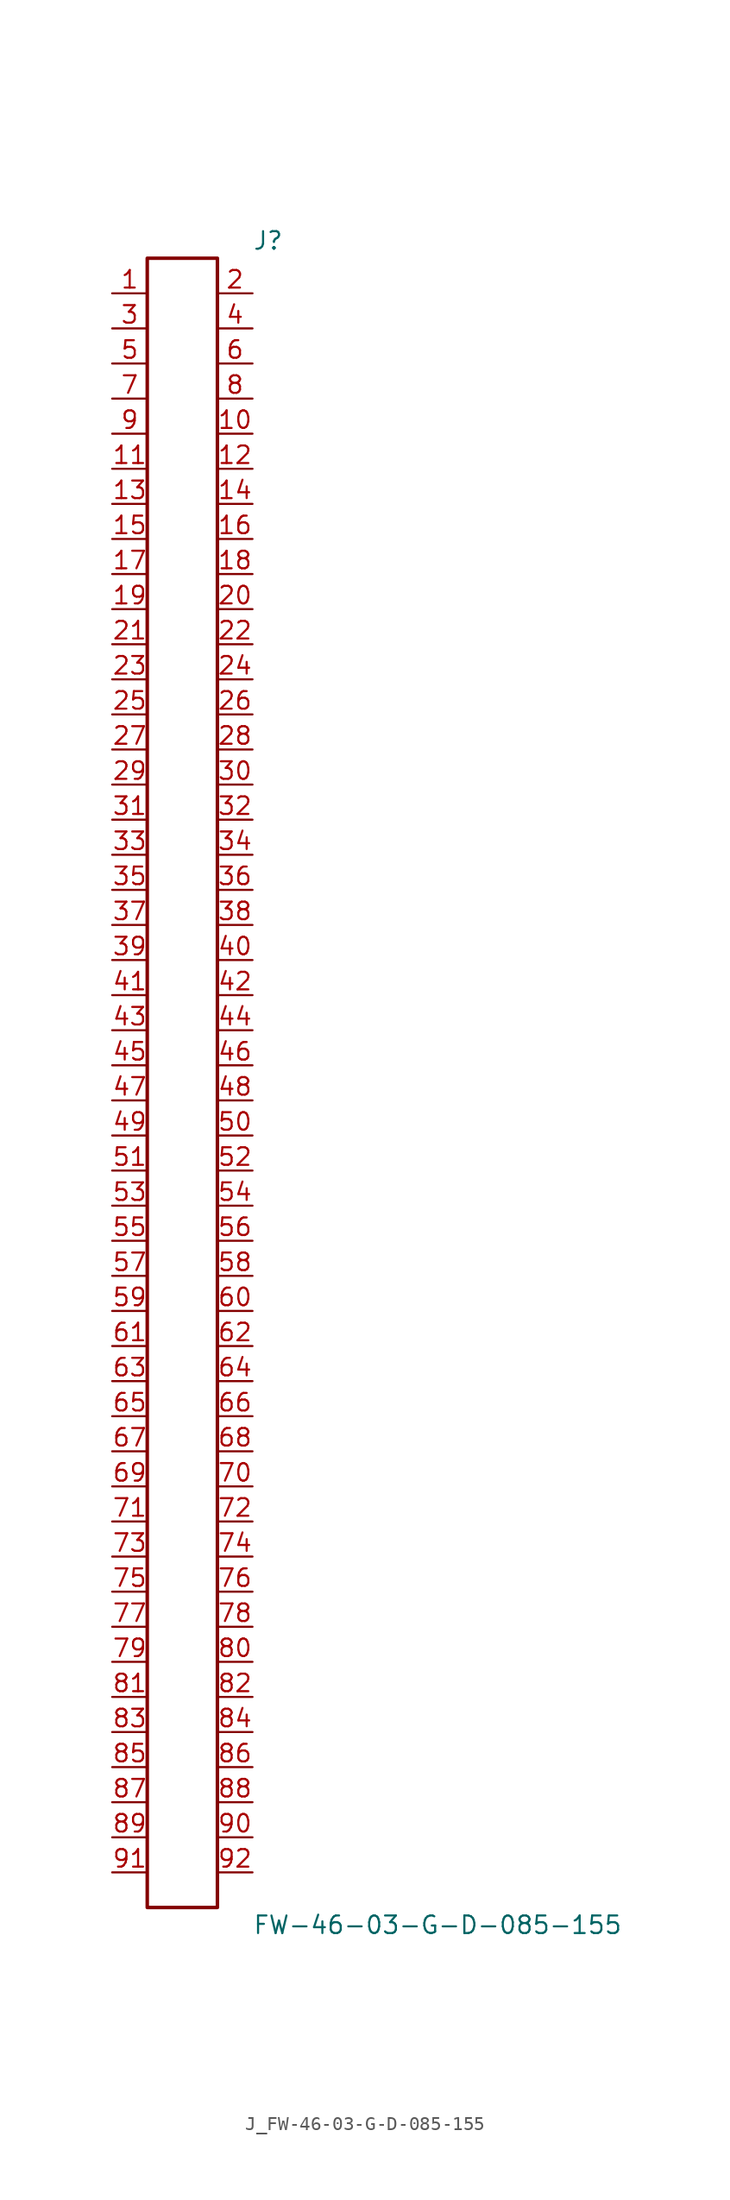
<source format=kicad_sym>
(kicad_symbol_lib
  (version 20231120)
  (generator kicad_symbol_editor)
  (generator_version 8.0)
  (symbol "J_FW-46-03-G-D-085-155"
    (pin_names
      (offset 0.254))
    (property "Reference" "J"
      (at 5.08 60.96 0)
      (effects (font (size 1.27 1.27)) (justify left)))
    (property "Value" "FW-46-03-G-D-085-155"
      (at 5.08 -60.96 0)
      (effects (font (size 1.27 1.27)) (justify left)))
    (symbol "J_FW-46-03-G-D-085-155_0_0"
      (pin unspecified line (at -5.08 57.15 0) (length 2.54) (name "" (effects (font (size 1.27 1.27)))) (number "1" (effects (font (size 1.27 1.27)))))
      (pin unspecified line (at 5.08 57.15 180) (length 2.54) (name "" (effects (font (size 1.27 1.27)))) (number "2" (effects (font (size 1.27 1.27)))))
      (pin unspecified line (at -5.08 54.61 0) (length 2.54) (name "" (effects (font (size 1.27 1.27)))) (number "3" (effects (font (size 1.27 1.27)))))
      (pin unspecified line (at 5.08 54.61 180) (length 2.54) (name "" (effects (font (size 1.27 1.27)))) (number "4" (effects (font (size 1.27 1.27)))))
      (pin unspecified line (at -5.08 52.07 0) (length 2.54) (name "" (effects (font (size 1.27 1.27)))) (number "5" (effects (font (size 1.27 1.27)))))
      (pin unspecified line (at 5.08 52.07 180) (length 2.54) (name "" (effects (font (size 1.27 1.27)))) (number "6" (effects (font (size 1.27 1.27)))))
      (pin unspecified line (at -5.08 49.53 0) (length 2.54) (name "" (effects (font (size 1.27 1.27)))) (number "7" (effects (font (size 1.27 1.27)))))
      (pin unspecified line (at 5.08 49.53 180) (length 2.54) (name "" (effects (font (size 1.27 1.27)))) (number "8" (effects (font (size 1.27 1.27)))))
      (pin unspecified line (at -5.08 46.99 0) (length 2.54) (name "" (effects (font (size 1.27 1.27)))) (number "9" (effects (font (size 1.27 1.27)))))
      (pin unspecified line (at 5.08 46.99 180) (length 2.54) (name "" (effects (font (size 1.27 1.27)))) (number "10" (effects (font (size 1.27 1.27)))))
      (pin unspecified line (at -5.08 44.45 0) (length 2.54) (name "" (effects (font (size 1.27 1.27)))) (number "11" (effects (font (size 1.27 1.27)))))
      (pin unspecified line (at 5.08 44.45 180) (length 2.54) (name "" (effects (font (size 1.27 1.27)))) (number "12" (effects (font (size 1.27 1.27)))))
      (pin unspecified line (at -5.08 41.91 0) (length 2.54) (name "" (effects (font (size 1.27 1.27)))) (number "13" (effects (font (size 1.27 1.27)))))
      (pin unspecified line (at 5.08 41.91 180) (length 2.54) (name "" (effects (font (size 1.27 1.27)))) (number "14" (effects (font (size 1.27 1.27)))))
      (pin unspecified line (at -5.08 39.37 0) (length 2.54) (name "" (effects (font (size 1.27 1.27)))) (number "15" (effects (font (size 1.27 1.27)))))
      (pin unspecified line (at 5.08 39.37 180) (length 2.54) (name "" (effects (font (size 1.27 1.27)))) (number "16" (effects (font (size 1.27 1.27)))))
      (pin unspecified line (at -5.08 36.83 0) (length 2.54) (name "" (effects (font (size 1.27 1.27)))) (number "17" (effects (font (size 1.27 1.27)))))
      (pin unspecified line (at 5.08 36.83 180) (length 2.54) (name "" (effects (font (size 1.27 1.27)))) (number "18" (effects (font (size 1.27 1.27)))))
      (pin unspecified line (at -5.08 34.29 0) (length 2.54) (name "" (effects (font (size 1.27 1.27)))) (number "19" (effects (font (size 1.27 1.27)))))
      (pin unspecified line (at 5.08 34.29 180) (length 2.54) (name "" (effects (font (size 1.27 1.27)))) (number "20" (effects (font (size 1.27 1.27)))))
      (pin unspecified line (at -5.08 31.75 0) (length 2.54) (name "" (effects (font (size 1.27 1.27)))) (number "21" (effects (font (size 1.27 1.27)))))
      (pin unspecified line (at 5.08 31.75 180) (length 2.54) (name "" (effects (font (size 1.27 1.27)))) (number "22" (effects (font (size 1.27 1.27)))))
      (pin unspecified line (at -5.08 29.21 0) (length 2.54) (name "" (effects (font (size 1.27 1.27)))) (number "23" (effects (font (size 1.27 1.27)))))
      (pin unspecified line (at 5.08 29.21 180) (length 2.54) (name "" (effects (font (size 1.27 1.27)))) (number "24" (effects (font (size 1.27 1.27)))))
      (pin unspecified line (at -5.08 26.67 0) (length 2.54) (name "" (effects (font (size 1.27 1.27)))) (number "25" (effects (font (size 1.27 1.27)))))
      (pin unspecified line (at 5.08 26.67 180) (length 2.54) (name "" (effects (font (size 1.27 1.27)))) (number "26" (effects (font (size 1.27 1.27)))))
      (pin unspecified line (at -5.08 24.13 0) (length 2.54) (name "" (effects (font (size 1.27 1.27)))) (number "27" (effects (font (size 1.27 1.27)))))
      (pin unspecified line (at 5.08 24.13 180) (length 2.54) (name "" (effects (font (size 1.27 1.27)))) (number "28" (effects (font (size 1.27 1.27)))))
      (pin unspecified line (at -5.08 21.59 0) (length 2.54) (name "" (effects (font (size 1.27 1.27)))) (number "29" (effects (font (size 1.27 1.27)))))
      (pin unspecified line (at 5.08 21.59 180) (length 2.54) (name "" (effects (font (size 1.27 1.27)))) (number "30" (effects (font (size 1.27 1.27)))))
      (pin unspecified line (at -5.08 19.05 0) (length 2.54) (name "" (effects (font (size 1.27 1.27)))) (number "31" (effects (font (size 1.27 1.27)))))
      (pin unspecified line (at 5.08 19.05 180) (length 2.54) (name "" (effects (font (size 1.27 1.27)))) (number "32" (effects (font (size 1.27 1.27)))))
      (pin unspecified line (at -5.08 16.51 0) (length 2.54) (name "" (effects (font (size 1.27 1.27)))) (number "33" (effects (font (size 1.27 1.27)))))
      (pin unspecified line (at 5.08 16.51 180) (length 2.54) (name "" (effects (font (size 1.27 1.27)))) (number "34" (effects (font (size 1.27 1.27)))))
      (pin unspecified line (at -5.08 13.97 0) (length 2.54) (name "" (effects (font (size 1.27 1.27)))) (number "35" (effects (font (size 1.27 1.27)))))
      (pin unspecified line (at 5.08 13.97 180) (length 2.54) (name "" (effects (font (size 1.27 1.27)))) (number "36" (effects (font (size 1.27 1.27)))))
      (pin unspecified line (at -5.08 11.43 0) (length 2.54) (name "" (effects (font (size 1.27 1.27)))) (number "37" (effects (font (size 1.27 1.27)))))
      (pin unspecified line (at 5.08 11.43 180) (length 2.54) (name "" (effects (font (size 1.27 1.27)))) (number "38" (effects (font (size 1.27 1.27)))))
      (pin unspecified line (at -5.08 8.89 0) (length 2.54) (name "" (effects (font (size 1.27 1.27)))) (number "39" (effects (font (size 1.27 1.27)))))
      (pin unspecified line (at 5.08 8.89 180) (length 2.54) (name "" (effects (font (size 1.27 1.27)))) (number "40" (effects (font (size 1.27 1.27)))))
      (pin unspecified line (at -5.08 6.35 0) (length 2.54) (name "" (effects (font (size 1.27 1.27)))) (number "41" (effects (font (size 1.27 1.27)))))
      (pin unspecified line (at 5.08 6.35 180) (length 2.54) (name "" (effects (font (size 1.27 1.27)))) (number "42" (effects (font (size 1.27 1.27)))))
      (pin unspecified line (at -5.08 3.81 0) (length 2.54) (name "" (effects (font (size 1.27 1.27)))) (number "43" (effects (font (size 1.27 1.27)))))
      (pin unspecified line (at 5.08 3.81 180) (length 2.54) (name "" (effects (font (size 1.27 1.27)))) (number "44" (effects (font (size 1.27 1.27)))))
      (pin unspecified line (at -5.08 1.27 0) (length 2.54) (name "" (effects (font (size 1.27 1.27)))) (number "45" (effects (font (size 1.27 1.27)))))
      (pin unspecified line (at 5.08 1.27 180) (length 2.54) (name "" (effects (font (size 1.27 1.27)))) (number "46" (effects (font (size 1.27 1.27)))))
      (pin unspecified line (at -5.08 -1.27 0) (length 2.54) (name "" (effects (font (size 1.27 1.27)))) (number "47" (effects (font (size 1.27 1.27)))))
      (pin unspecified line (at 5.08 -1.27 180) (length 2.54) (name "" (effects (font (size 1.27 1.27)))) (number "48" (effects (font (size 1.27 1.27)))))
      (pin unspecified line (at -5.08 -3.81 0) (length 2.54) (name "" (effects (font (size 1.27 1.27)))) (number "49" (effects (font (size 1.27 1.27)))))
      (pin unspecified line (at 5.08 -3.81 180) (length 2.54) (name "" (effects (font (size 1.27 1.27)))) (number "50" (effects (font (size 1.27 1.27)))))
      (pin unspecified line (at -5.08 -6.35 0) (length 2.54) (name "" (effects (font (size 1.27 1.27)))) (number "51" (effects (font (size 1.27 1.27)))))
      (pin unspecified line (at 5.08 -6.35 180) (length 2.54) (name "" (effects (font (size 1.27 1.27)))) (number "52" (effects (font (size 1.27 1.27)))))
      (pin unspecified line (at -5.08 -8.89 0) (length 2.54) (name "" (effects (font (size 1.27 1.27)))) (number "53" (effects (font (size 1.27 1.27)))))
      (pin unspecified line (at 5.08 -8.89 180) (length 2.54) (name "" (effects (font (size 1.27 1.27)))) (number "54" (effects (font (size 1.27 1.27)))))
      (pin unspecified line (at -5.08 -11.43 0) (length 2.54) (name "" (effects (font (size 1.27 1.27)))) (number "55" (effects (font (size 1.27 1.27)))))
      (pin unspecified line (at 5.08 -11.43 180) (length 2.54) (name "" (effects (font (size 1.27 1.27)))) (number "56" (effects (font (size 1.27 1.27)))))
      (pin unspecified line (at -5.08 -13.97 0) (length 2.54) (name "" (effects (font (size 1.27 1.27)))) (number "57" (effects (font (size 1.27 1.27)))))
      (pin unspecified line (at 5.08 -13.97 180) (length 2.54) (name "" (effects (font (size 1.27 1.27)))) (number "58" (effects (font (size 1.27 1.27)))))
      (pin unspecified line (at -5.08 -16.51 0) (length 2.54) (name "" (effects (font (size 1.27 1.27)))) (number "59" (effects (font (size 1.27 1.27)))))
      (pin unspecified line (at 5.08 -16.51 180) (length 2.54) (name "" (effects (font (size 1.27 1.27)))) (number "60" (effects (font (size 1.27 1.27)))))
      (pin unspecified line (at -5.08 -19.05 0) (length 2.54) (name "" (effects (font (size 1.27 1.27)))) (number "61" (effects (font (size 1.27 1.27)))))
      (pin unspecified line (at 5.08 -19.05 180) (length 2.54) (name "" (effects (font (size 1.27 1.27)))) (number "62" (effects (font (size 1.27 1.27)))))
      (pin unspecified line (at -5.08 -21.59 0) (length 2.54) (name "" (effects (font (size 1.27 1.27)))) (number "63" (effects (font (size 1.27 1.27)))))
      (pin unspecified line (at 5.08 -21.59 180) (length 2.54) (name "" (effects (font (size 1.27 1.27)))) (number "64" (effects (font (size 1.27 1.27)))))
      (pin unspecified line (at -5.08 -24.13 0) (length 2.54) (name "" (effects (font (size 1.27 1.27)))) (number "65" (effects (font (size 1.27 1.27)))))
      (pin unspecified line (at 5.08 -24.13 180) (length 2.54) (name "" (effects (font (size 1.27 1.27)))) (number "66" (effects (font (size 1.27 1.27)))))
      (pin unspecified line (at -5.08 -26.67 0) (length 2.54) (name "" (effects (font (size 1.27 1.27)))) (number "67" (effects (font (size 1.27 1.27)))))
      (pin unspecified line (at 5.08 -26.67 180) (length 2.54) (name "" (effects (font (size 1.27 1.27)))) (number "68" (effects (font (size 1.27 1.27)))))
      (pin unspecified line (at -5.08 -29.21 0) (length 2.54) (name "" (effects (font (size 1.27 1.27)))) (number "69" (effects (font (size 1.27 1.27)))))
      (pin unspecified line (at 5.08 -29.21 180) (length 2.54) (name "" (effects (font (size 1.27 1.27)))) (number "70" (effects (font (size 1.27 1.27)))))
      (pin unspecified line (at -5.08 -31.75 0) (length 2.54) (name "" (effects (font (size 1.27 1.27)))) (number "71" (effects (font (size 1.27 1.27)))))
      (pin unspecified line (at 5.08 -31.75 180) (length 2.54) (name "" (effects (font (size 1.27 1.27)))) (number "72" (effects (font (size 1.27 1.27)))))
      (pin unspecified line (at -5.08 -34.29 0) (length 2.54) (name "" (effects (font (size 1.27 1.27)))) (number "73" (effects (font (size 1.27 1.27)))))
      (pin unspecified line (at 5.08 -34.29 180) (length 2.54) (name "" (effects (font (size 1.27 1.27)))) (number "74" (effects (font (size 1.27 1.27)))))
      (pin unspecified line (at -5.08 -36.83 0) (length 2.54) (name "" (effects (font (size 1.27 1.27)))) (number "75" (effects (font (size 1.27 1.27)))))
      (pin unspecified line (at 5.08 -36.83 180) (length 2.54) (name "" (effects (font (size 1.27 1.27)))) (number "76" (effects (font (size 1.27 1.27)))))
      (pin unspecified line (at -5.08 -39.37 0) (length 2.54) (name "" (effects (font (size 1.27 1.27)))) (number "77" (effects (font (size 1.27 1.27)))))
      (pin unspecified line (at 5.08 -39.37 180) (length 2.54) (name "" (effects (font (size 1.27 1.27)))) (number "78" (effects (font (size 1.27 1.27)))))
      (pin unspecified line (at -5.08 -41.91 0) (length 2.54) (name "" (effects (font (size 1.27 1.27)))) (number "79" (effects (font (size 1.27 1.27)))))
      (pin unspecified line (at 5.08 -41.91 180) (length 2.54) (name "" (effects (font (size 1.27 1.27)))) (number "80" (effects (font (size 1.27 1.27)))))
      (pin unspecified line (at -5.08 -44.45 0) (length 2.54) (name "" (effects (font (size 1.27 1.27)))) (number "81" (effects (font (size 1.27 1.27)))))
      (pin unspecified line (at 5.08 -44.45 180) (length 2.54) (name "" (effects (font (size 1.27 1.27)))) (number "82" (effects (font (size 1.27 1.27)))))
      (pin unspecified line (at -5.08 -46.99 0) (length 2.54) (name "" (effects (font (size 1.27 1.27)))) (number "83" (effects (font (size 1.27 1.27)))))
      (pin unspecified line (at 5.08 -46.99 180) (length 2.54) (name "" (effects (font (size 1.27 1.27)))) (number "84" (effects (font (size 1.27 1.27)))))
      (pin unspecified line (at -5.08 -49.53 0) (length 2.54) (name "" (effects (font (size 1.27 1.27)))) (number "85" (effects (font (size 1.27 1.27)))))
      (pin unspecified line (at 5.08 -49.53 180) (length 2.54) (name "" (effects (font (size 1.27 1.27)))) (number "86" (effects (font (size 1.27 1.27)))))
      (pin unspecified line (at -5.08 -52.07 0) (length 2.54) (name "" (effects (font (size 1.27 1.27)))) (number "87" (effects (font (size 1.27 1.27)))))
      (pin unspecified line (at 5.08 -52.07 180) (length 2.54) (name "" (effects (font (size 1.27 1.27)))) (number "88" (effects (font (size 1.27 1.27)))))
      (pin unspecified line (at -5.08 -54.61 0) (length 2.54) (name "" (effects (font (size 1.27 1.27)))) (number "89" (effects (font (size 1.27 1.27)))))
      (pin unspecified line (at 5.08 -54.61 180) (length 2.54) (name "" (effects (font (size 1.27 1.27)))) (number "90" (effects (font (size 1.27 1.27)))))
      (pin unspecified line (at -5.08 -57.15 0) (length 2.54) (name "" (effects (font (size 1.27 1.27)))) (number "91" (effects (font (size 1.27 1.27)))))
      (pin unspecified line (at 5.08 -57.15 180) (length 2.54) (name "" (effects (font (size 1.27 1.27)))) (number "92" (effects (font (size 1.27 1.27))))))
    (symbol "J_FW-46-03-G-D-085-155_1_0"
      (rectangle (start -2.54 59.69) (end 2.54 -59.69) (stroke (width 0.254) (type solid)) (fill (type none))))))
</source>
